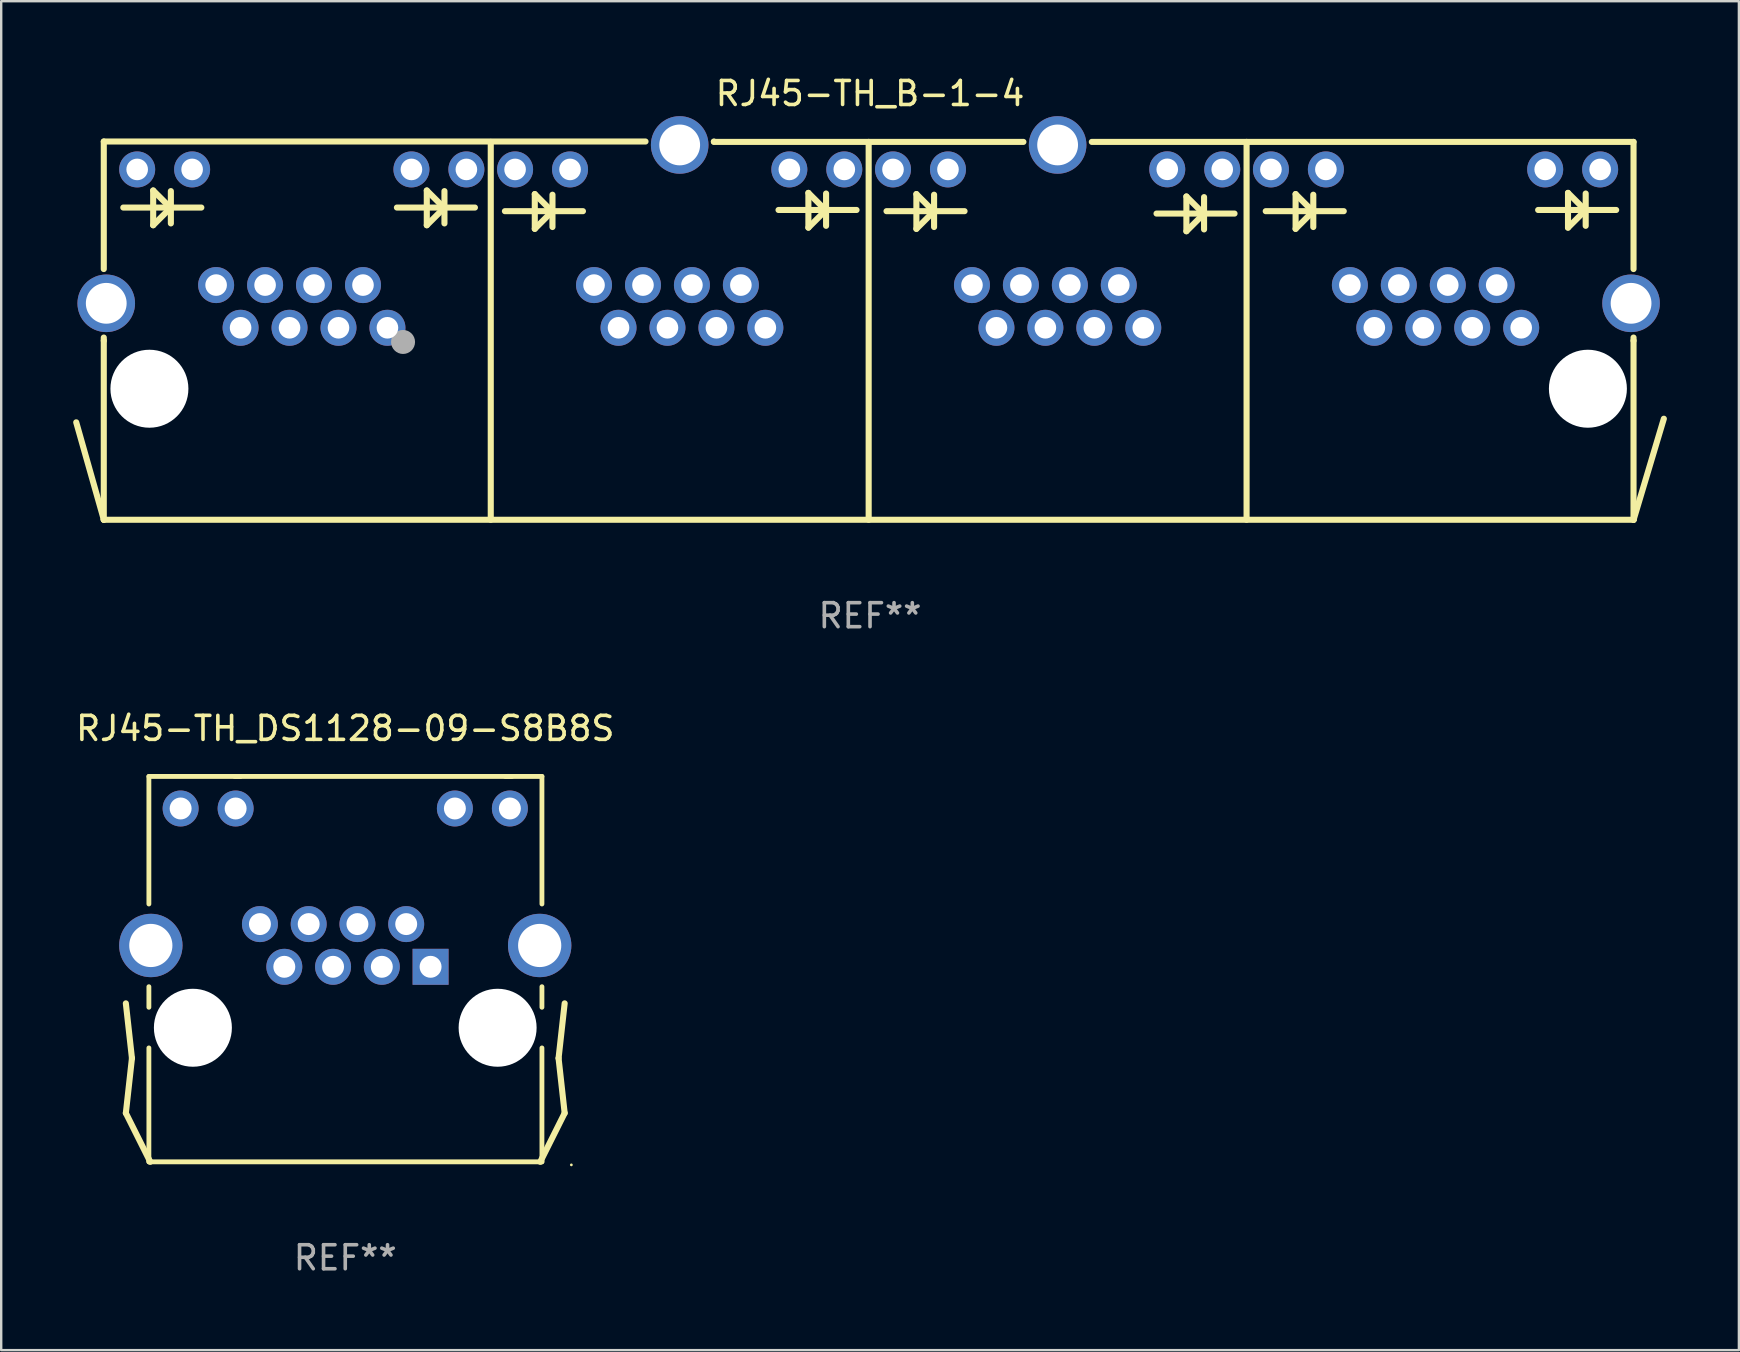
<source format=kicad_pcb>
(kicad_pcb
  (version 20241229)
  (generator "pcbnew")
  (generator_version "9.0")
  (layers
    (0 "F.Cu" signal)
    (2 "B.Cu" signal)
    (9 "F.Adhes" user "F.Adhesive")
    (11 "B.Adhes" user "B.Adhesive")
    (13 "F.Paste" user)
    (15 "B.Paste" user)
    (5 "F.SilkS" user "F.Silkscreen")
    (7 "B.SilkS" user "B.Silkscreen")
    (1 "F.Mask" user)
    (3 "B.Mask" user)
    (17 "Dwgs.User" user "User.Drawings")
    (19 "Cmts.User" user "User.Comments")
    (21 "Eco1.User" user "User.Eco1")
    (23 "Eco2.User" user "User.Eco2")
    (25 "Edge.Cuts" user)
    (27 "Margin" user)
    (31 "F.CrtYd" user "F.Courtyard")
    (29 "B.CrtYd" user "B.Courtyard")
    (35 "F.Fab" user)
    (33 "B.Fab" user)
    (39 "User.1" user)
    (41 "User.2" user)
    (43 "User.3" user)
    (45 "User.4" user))
  (footprint "RJ45-TH_B-1-4"
    (layer "F.Cu")
    (at 33.21 10.73)
    (property "Reference" "RJ45-TH_B-1-4" (at 0 -9.882 0) (layer "F.SilkS") (effects (font (size 1 1) (thickness 0.15))))
    (attr through_hole)
    (fp_line (start -31.935 -7.882) (end -9.357 -7.882) (stroke (width 0.254) (type solid)) (layer "F.SilkS"))
    (fp_line (start -31.935 -2.567) (end -31.935 -7.882) (stroke (width 0.254) (type solid)) (layer "F.SilkS"))
    (fp_line (start -31.935 0.418) (end -31.935 0.288) (stroke (width 0.254) (type solid)) (layer "F.SilkS"))
    (fp_line (start -31.935 7.871) (end -33.083 3.821) (stroke (width 0.254) (type solid)) (layer "F.SilkS"))
    (fp_line (start -31.935 7.882) (end -31.935 0.418) (stroke (width 0.254) (type solid)) (layer "F.SilkS"))
    (fp_line (start -31.935 7.882) (end -31.935 7.871) (stroke (width 0.254) (type solid)) (layer "F.SilkS"))
    (fp_line (start -31.121 -5.13) (end -27.869 -5.13) (stroke (width 0.254) (type solid)) (layer "F.SilkS"))
    (fp_line (start -29.876 -5.841) (end -29.876 -4.393) (stroke (width 0.254) (type solid)) (layer "F.SilkS"))
    (fp_line (start -29.876 -4.393) (end -29.19 -5.079) (stroke (width 0.254) (type solid)) (layer "F.SilkS"))
    (fp_line (start -29.19 -5.079) (end -29.165 -5.079) (stroke (width 0.254) (type solid)) (layer "F.SilkS"))
    (fp_line (start -29.165 -5.13) (end -29.876 -5.841) (stroke (width 0.254) (type solid)) (layer "F.SilkS"))
    (fp_line (start -29.139 -5.815) (end -29.139 -4.469) (stroke (width 0.254) (type solid)) (layer "F.SilkS"))
    (fp_line (start -19.718 -5.13) (end -16.467 -5.13) (stroke (width 0.254) (type solid)) (layer "F.SilkS"))
    (fp_line (start -18.473 -5.841) (end -18.473 -4.393) (stroke (width 0.254) (type solid)) (layer "F.SilkS"))
    (fp_line (start -18.473 -4.393) (end -17.787 -5.079) (stroke (width 0.254) (type solid)) (layer "F.SilkS"))
    (fp_line (start -17.787 -5.079) (end -17.762 -5.079) (stroke (width 0.254) (type solid)) (layer "F.SilkS"))
    (fp_line (start -17.762 -5.13) (end -18.473 -5.841) (stroke (width 0.254) (type solid)) (layer "F.SilkS"))
    (fp_line (start -17.737 -5.815) (end -17.737 -4.469) (stroke (width 0.254) (type solid)) (layer "F.SilkS"))
    (fp_line (start -15.807 -7.866) (end -15.807 7.882) (stroke (width 0.254) (type solid)) (layer "F.SilkS"))
    (fp_line (start -15.217 -4.979) (end -11.965 -4.979) (stroke (width 0.254) (type solid)) (layer "F.SilkS"))
    (fp_line (start -13.972 -5.691) (end -13.972 -4.243) (stroke (width 0.254) (type solid)) (layer "F.SilkS"))
    (fp_line (start -13.972 -4.243) (end -13.286 -4.929) (stroke (width 0.254) (type solid)) (layer "F.SilkS"))
    (fp_line (start -13.286 -4.929) (end -13.261 -4.929) (stroke (width 0.254) (type solid)) (layer "F.SilkS"))
    (fp_line (start -13.261 -4.979) (end -13.972 -5.691) (stroke (width 0.254) (type solid)) (layer "F.SilkS"))
    (fp_line (start -13.235 -5.665) (end -13.235 -4.319) (stroke (width 0.254) (type solid)) (layer "F.SilkS"))
    (fp_line (start -6.509 -7.882) (end -6.507 -7.882) (stroke (width 0.254) (type solid)) (layer "F.SilkS"))
    (fp_line (start -6.507 -7.866) (end 6.392 -7.866) (stroke (width 0.254) (type solid)) (layer "F.SilkS"))
    (fp_line (start -3.814 -5.029) (end -0.562 -5.029) (stroke (width 0.254) (type solid)) (layer "F.SilkS"))
    (fp_line (start -2.569 -5.741) (end -2.569 -4.293) (stroke (width 0.254) (type solid)) (layer "F.SilkS"))
    (fp_line (start -2.569 -4.293) (end -1.883 -4.979) (stroke (width 0.254) (type solid)) (layer "F.SilkS"))
    (fp_line (start -1.883 -4.979) (end -1.858 -4.979) (stroke (width 0.254) (type solid)) (layer "F.SilkS"))
    (fp_line (start -1.858 -5.029) (end -2.569 -5.741) (stroke (width 0.254) (type solid)) (layer "F.SilkS"))
    (fp_line (start -1.832 -5.715) (end -1.832 -4.369) (stroke (width 0.254) (type solid)) (layer "F.SilkS"))
    (fp_line (start -0.057 -7.866) (end -0.057 7.882) (stroke (width 0.254) (type solid)) (layer "F.SilkS"))
    (fp_line (start 0.687 -4.979) (end 3.939 -4.979) (stroke (width 0.254) (type solid)) (layer "F.SilkS"))
    (fp_line (start 1.932 -5.691) (end 1.932 -4.243) (stroke (width 0.254) (type solid)) (layer "F.SilkS"))
    (fp_line (start 1.932 -4.243) (end 2.618 -4.929) (stroke (width 0.254) (type solid)) (layer "F.SilkS"))
    (fp_line (start 2.618 -4.929) (end 2.643 -4.929) (stroke (width 0.254) (type solid)) (layer "F.SilkS"))
    (fp_line (start 2.643 -4.979) (end 1.932 -5.691) (stroke (width 0.254) (type solid)) (layer "F.SilkS"))
    (fp_line (start 2.669 -5.665) (end 2.669 -4.319) (stroke (width 0.254) (type solid)) (layer "F.SilkS"))
    (fp_line (start 9.243 -7.866) (end 31.82 -7.866) (stroke (width 0.254) (type solid)) (layer "F.SilkS"))
    (fp_line (start 11.94 -4.879) (end 15.191 -4.879) (stroke (width 0.254) (type solid)) (layer "F.SilkS"))
    (fp_line (start 13.185 -5.591) (end 13.185 -4.143) (stroke (width 0.254) (type solid)) (layer "F.SilkS"))
    (fp_line (start 13.185 -4.143) (end 13.871 -4.829) (stroke (width 0.254) (type solid)) (layer "F.SilkS"))
    (fp_line (start 13.871 -4.829) (end 13.896 -4.829) (stroke (width 0.254) (type solid)) (layer "F.SilkS"))
    (fp_line (start 13.896 -4.879) (end 13.185 -5.591) (stroke (width 0.254) (type solid)) (layer "F.SilkS"))
    (fp_line (start 13.921 -5.565) (end 13.921 -4.219) (stroke (width 0.254) (type solid)) (layer "F.SilkS"))
    (fp_line (start 15.693 -7.866) (end 15.693 7.882) (stroke (width 0.254) (type solid)) (layer "F.SilkS"))
    (fp_line (start 16.491 -4.979) (end 19.743 -4.979) (stroke (width 0.254) (type solid)) (layer "F.SilkS"))
    (fp_line (start 17.736 -5.691) (end 17.736 -4.243) (stroke (width 0.254) (type solid)) (layer "F.SilkS"))
    (fp_line (start 17.736 -4.243) (end 18.422 -4.929) (stroke (width 0.254) (type solid)) (layer "F.SilkS"))
    (fp_line (start 18.422 -4.929) (end 18.447 -4.929) (stroke (width 0.254) (type solid)) (layer "F.SilkS"))
    (fp_line (start 18.447 -4.979) (end 17.736 -5.691) (stroke (width 0.254) (type solid)) (layer "F.SilkS"))
    (fp_line (start 18.473 -5.665) (end 18.473 -4.319) (stroke (width 0.254) (type solid)) (layer "F.SilkS"))
    (fp_line (start 27.844 -5.029) (end 31.096 -5.029) (stroke (width 0.254) (type solid)) (layer "F.SilkS"))
    (fp_line (start 29.089 -5.741) (end 29.089 -4.293) (stroke (width 0.254) (type solid)) (layer "F.SilkS"))
    (fp_line (start 29.089 -4.293) (end 29.775 -4.979) (stroke (width 0.254) (type solid)) (layer "F.SilkS"))
    (fp_line (start 29.775 -4.979) (end 29.8 -4.979) (stroke (width 0.254) (type solid)) (layer "F.SilkS"))
    (fp_line (start 29.8 -5.029) (end 29.089 -5.741) (stroke (width 0.254) (type solid)) (layer "F.SilkS"))
    (fp_line (start 29.826 -5.715) (end 29.826 -4.369) (stroke (width 0.254) (type solid)) (layer "F.SilkS"))
    (fp_line (start 31.82 -7.866) (end 31.82 -2.567) (stroke (width 0.254) (type solid)) (layer "F.SilkS"))
    (fp_line (start 31.82 0.288) (end 31.82 0.418) (stroke (width 0.254) (type solid)) (layer "F.SilkS"))
    (fp_line (start 31.82 0.418) (end 31.82 7.882) (stroke (width 0.254) (type solid)) (layer "F.SilkS"))
    (fp_line (start 31.82 7.882) (end -31.935 7.882) (stroke (width 0.254) (type solid)) (layer "F.SilkS"))
    (fp_line (start 31.82 7.882) (end 31.823 7.882) (stroke (width 0.254) (type solid)) (layer "F.SilkS"))
    (fp_line (start 31.823 7.882) (end 33.083 3.671) (stroke (width 0.254) (type solid)) (layer "F.SilkS"))
    (fp_circle (center -31.933 7.881) (end -31.903 7.881) (stroke (width 0.06) (type solid)) (fill no) (layer "F.SilkS"))
    (fp_circle (center -19.462 0.472) (end -19.212 0.472) (stroke (width 0.5) (type solid)) (fill no) (layer "F.Fab"))
    (fp_text user "REF**" (at 0 11.882 0) (layer "F.Fab") (effects (font (size 1 1) (thickness 0.15))))
    (pad "" np_thru_hole circle (at -30.033 2.421) (size 3.25 3.25) (drill 3.25) (layers "*.Cu" "*.Mask"))
    (pad "" np_thru_hole circle (at 29.918 2.421) (size 3.25 3.25) (drill 3.25) (layers "*.Cu" "*.Mask"))
    (pad "0" thru_hole circle (at -31.832 -1.139) (size 2.4 2.4) (drill 1.7) (layers "*.Cu" "*.Mask"))
    (pad "0" thru_hole circle (at -7.933 -7.739) (size 2.4 2.4) (drill 1.7) (layers "*.Cu" "*.Mask"))
    (pad "0" thru_hole circle (at 7.818 -7.739) (size 2.4 2.4) (drill 1.7) (layers "*.Cu" "*.Mask"))
    (pad "0" thru_hole circle (at 31.717 -1.139) (size 2.4 2.4) (drill 1.7) (layers "*.Cu" "*.Mask"))
    (pad "1" thru_hole circle (at -20.113 -0.119) (size 1.5 1.5) (drill 0.9) (layers "*.Cu" "*.Mask"))
    (pad "2" thru_hole circle (at -21.132 -1.899) (size 1.5 1.5) (drill 0.9) (layers "*.Cu" "*.Mask"))
    (pad "3" thru_hole circle (at -22.153 -0.119) (size 1.5 1.5) (drill 0.9) (layers "*.Cu" "*.Mask"))
    (pad "3_8" thru_hole circle (at -11.503 -1.899) (size 1.5 1.5) (drill 0.9) (layers "*.Cu" "*.Mask"))
    (pad "4" thru_hole circle (at -23.173 -1.899) (size 1.5 1.5) (drill 0.9) (layers "*.Cu" "*.Mask"))
    (pad "5" thru_hole circle (at -24.193 -0.119) (size 1.5 1.5) (drill 0.9) (layers "*.Cu" "*.Mask"))
    (pad "6" thru_hole circle (at -25.212 -1.899) (size 1.5 1.5) (drill 0.9) (layers "*.Cu" "*.Mask"))
    (pad "7" thru_hole circle (at -26.233 -0.119) (size 1.5 1.5) (drill 0.9) (layers "*.Cu" "*.Mask"))
    (pad "8" thru_hole circle (at -27.253 -1.899) (size 1.5 1.5) (drill 0.9) (layers "*.Cu" "*.Mask"))
    (pad "9" thru_hole circle (at -16.823 -6.719) (size 1.5 1.5) (drill 0.9) (layers "*.Cu" "*.Mask"))
    (pad "10" thru_hole circle (at -19.113 -6.719) (size 1.5 1.5) (drill 0.9) (layers "*.Cu" "*.Mask"))
    (pad "11" thru_hole circle (at -28.253 -6.719) (size 1.5 1.5) (drill 0.9) (layers "*.Cu" "*.Mask"))
    (pad "12" thru_hole circle (at -30.543 -6.719) (size 1.5 1.5) (drill 0.9) (layers "*.Cu" "*.Mask"))
    (pad "13" thru_hole circle (at -4.363 -0.119) (size 1.5 1.5) (drill 0.9) (layers "*.Cu" "*.Mask"))
    (pad "14" thru_hole circle (at -5.383 -1.899) (size 1.5 1.5) (drill 0.9) (layers "*.Cu" "*.Mask"))
    (pad "15" thru_hole circle (at -6.402 -0.119) (size 1.5 1.5) (drill 0.9) (layers "*.Cu" "*.Mask"))
    (pad "16" thru_hole circle (at -7.423 -1.899) (size 1.5 1.5) (drill 0.9) (layers "*.Cu" "*.Mask"))
    (pad "17" thru_hole circle (at -8.443 -0.119) (size 1.5 1.5) (drill 0.9) (layers "*.Cu" "*.Mask"))
    (pad "18" thru_hole circle (at -9.463 -1.899) (size 1.5 1.5) (drill 0.9) (layers "*.Cu" "*.Mask"))
    (pad "19" thru_hole circle (at -10.482 -0.119) (size 1.5 1.5) (drill 0.9) (layers "*.Cu" "*.Mask"))
    (pad "21" thru_hole circle (at -1.073 -6.719) (size 1.5 1.5) (drill 0.9) (layers "*.Cu" "*.Mask"))
    (pad "22" thru_hole circle (at -3.363 -6.719) (size 1.5 1.5) (drill 0.9) (layers "*.Cu" "*.Mask"))
    (pad "23" thru_hole circle (at -12.503 -6.719) (size 1.5 1.5) (drill 0.9) (layers "*.Cu" "*.Mask"))
    (pad "24" thru_hole circle (at -14.793 -6.719) (size 1.5 1.5) (drill 0.9) (layers "*.Cu" "*.Mask"))
    (pad "25" thru_hole circle (at 11.387 -0.119) (size 1.5 1.5) (drill 0.9) (layers "*.Cu" "*.Mask"))
    (pad "26" thru_hole circle (at 10.367 -1.899) (size 1.5 1.5) (drill 0.9) (layers "*.Cu" "*.Mask"))
    (pad "27" thru_hole circle (at 9.348 -0.119) (size 1.5 1.5) (drill 0.9) (layers "*.Cu" "*.Mask"))
    (pad "28" thru_hole circle (at 8.328 -1.899) (size 1.5 1.5) (drill 0.9) (layers "*.Cu" "*.Mask"))
    (pad "29" thru_hole circle (at 7.307 -0.119) (size 1.5 1.5) (drill 0.9) (layers "*.Cu" "*.Mask"))
    (pad "30" thru_hole circle (at 6.287 -1.899) (size 1.5 1.5) (drill 0.9) (layers "*.Cu" "*.Mask"))
    (pad "31" thru_hole circle (at 5.268 -0.119) (size 1.5 1.5) (drill 0.9) (layers "*.Cu" "*.Mask"))
    (pad "32" thru_hole circle (at 4.248 -1.899) (size 1.5 1.5) (drill 0.9) (layers "*.Cu" "*.Mask"))
    (pad "33" thru_hole circle (at 14.678 -6.719) (size 1.5 1.5) (drill 0.9) (layers "*.Cu" "*.Mask"))
    (pad "34" thru_hole circle (at 12.387 -6.723) (size 1.5 1.5) (drill 0.9) (layers "*.Cu" "*.Mask"))
    (pad "35" thru_hole circle (at 3.248 -6.719) (size 1.5 1.5) (drill 0.9) (layers "*.Cu" "*.Mask"))
    (pad "36" thru_hole circle (at 0.957 -6.719) (size 1.5 1.5) (drill 0.9) (layers "*.Cu" "*.Mask"))
    (pad "37" thru_hole circle (at 27.138 -0.119) (size 1.5 1.5) (drill 0.9) (layers "*.Cu" "*.Mask"))
    (pad "38" thru_hole circle (at 26.117 -1.899) (size 1.5 1.5) (drill 0.9) (layers "*.Cu" "*.Mask"))
    (pad "39" thru_hole circle (at 25.097 -0.119) (size 1.5 1.5) (drill 0.9) (layers "*.Cu" "*.Mask"))
    (pad "40" thru_hole circle (at 24.078 -1.899) (size 1.5 1.5) (drill 0.9) (layers "*.Cu" "*.Mask"))
    (pad "41" thru_hole circle (at 23.058 -0.119) (size 1.5 1.5) (drill 0.9) (layers "*.Cu" "*.Mask"))
    (pad "42" thru_hole circle (at 22.037 -1.899) (size 1.5 1.5) (drill 0.9) (layers "*.Cu" "*.Mask"))
    (pad "43" thru_hole circle (at 21.017 -0.119) (size 1.5 1.5) (drill 0.9) (layers "*.Cu" "*.Mask"))
    (pad "44" thru_hole circle (at 19.998 -1.899) (size 1.5 1.5) (drill 0.9) (layers "*.Cu" "*.Mask"))
    (pad "45" thru_hole circle (at 30.428 -6.719) (size 1.5 1.5) (drill 0.9) (layers "*.Cu" "*.Mask"))
    (pad "46" thru_hole circle (at 28.138 -6.719) (size 1.5 1.5) (drill 0.9) (layers "*.Cu" "*.Mask"))
    (pad "47" thru_hole circle (at 18.998 -6.719) (size 1.5 1.5) (drill 0.9) (layers "*.Cu" "*.Mask"))
    (pad "48" thru_hole circle (at 16.708 -6.719) (size 1.5 1.5) (drill 0.9) (layers "*.Cu" "*.Mask")))
  (footprint "RJ45-TH_DS1128-09-S8B8S"
    (layer "F.Cu")
    (at 11.339 37.34)
    (property "Reference" "RJ45-TH_DS1128-09-S8B8S" (at 0 -10.031 0) (layer "F.SilkS") (effects (font (size 1 1) (thickness 0.15))))
    (attr through_hole)
    (fp_line (start -9.144 5.999) (end -8.89 3.713) (stroke (width 0.254) (type solid)) (layer "F.SilkS"))
    (fp_line (start -8.89 3.713) (end -9.144 1.427) (stroke (width 0.254) (type solid)) (layer "F.SilkS"))
    (fp_line (start -8.184 -8.031) (end -4.366 -8.031) (stroke (width 0.201) (type solid)) (layer "F.SilkS"))
    (fp_line (start -8.184 -2.715) (end -8.184 -8.031) (stroke (width 0.201) (type solid)) (layer "F.SilkS"))
    (fp_line (start -8.184 1.59) (end -8.184 0.732) (stroke (width 0.201) (type solid)) (layer "F.SilkS"))
    (fp_line (start -8.184 8.031) (end -8.184 3.284) (stroke (width 0.201) (type solid)) (layer "F.SilkS"))
    (fp_line (start -8.128 8.031) (end -9.144 5.999) (stroke (width 0.254) (type solid)) (layer "F.SilkS"))
    (fp_line (start 6.942 -8.031) (end -4.608 -8.031) (stroke (width 0.201) (type solid)) (layer "F.SilkS"))
    (fp_line (start 8.128 8.031) (end 9.144 5.999) (stroke (width 0.254) (type solid)) (layer "F.SilkS"))
    (fp_line (start 8.197 -8.031) (end 6.67 -8.031) (stroke (width 0.201) (type solid)) (layer "F.SilkS"))
    (fp_line (start 8.197 -2.715) (end 8.197 -8.031) (stroke (width 0.201) (type solid)) (layer "F.SilkS"))
    (fp_line (start 8.197 1.59) (end 8.197 0.732) (stroke (width 0.201) (type solid)) (layer "F.SilkS"))
    (fp_line (start 8.197 3.284) (end 8.197 8.031) (stroke (width 0.201) (type solid)) (layer "F.SilkS"))
    (fp_line (start 8.197 8.031) (end -8.184 8.031) (stroke (width 0.201) (type solid)) (layer "F.SilkS"))
    (fp_line (start 8.89 3.713) (end 9.144 1.427) (stroke (width 0.254) (type solid)) (layer "F.SilkS"))
    (fp_line (start 9.144 5.999) (end 8.89 3.713) (stroke (width 0.254) (type solid)) (layer "F.SilkS"))
    (fp_circle (center 9.423 8.158) (end 9.453 8.158) (stroke (width 0.06) (type solid)) (fill no) (layer "F.SilkS"))
    (fp_text user "REF**" (at 0 12.031 0) (layer "F.Fab") (effects (font (size 1 1) (thickness 0.15))))
    (pad "" np_thru_hole circle (at -6.35 2.443) (size 3.25 3.25) (drill 3.25) (layers "*.Cu" "*.Mask"))
    (pad "" np_thru_hole circle (at 6.35 2.443) (size 3.25 3.25) (drill 3.25) (layers "*.Cu" "*.Mask"))
    (pad "1" thru_hole rect (at 3.556 -0.097 180) (size 1.499 1.499) (drill 0.914) (layers "*.Cu" "*.Mask"))
    (pad "2" thru_hole circle (at 2.54 -1.877) (size 1.499 1.499) (drill 0.914) (layers "*.Cu" "*.Mask"))
    (pad "3" thru_hole circle (at 1.524 -0.097) (size 1.499 1.499) (drill 0.914) (layers "*.Cu" "*.Mask"))
    (pad "4" thru_hole circle (at 0.508 -1.877) (size 1.499 1.499) (drill 0.914) (layers "*.Cu" "*.Mask"))
    (pad "5" thru_hole circle (at -0.508 -0.097) (size 1.499 1.499) (drill 0.914) (layers "*.Cu" "*.Mask"))
    (pad "6" thru_hole circle (at -1.524 -1.877) (size 1.499 1.499) (drill 0.914) (layers "*.Cu" "*.Mask"))
    (pad "7" thru_hole circle (at -2.54 -0.097) (size 1.499 1.499) (drill 0.914) (layers "*.Cu" "*.Mask"))
    (pad "8" thru_hole circle (at -3.556 -1.877) (size 1.499 1.499) (drill 0.914) (layers "*.Cu" "*.Mask"))
    (pad "9" thru_hole circle (at 6.861 -6.695) (size 1.499 1.499) (drill 0.914) (layers "*.Cu" "*.Mask"))
    (pad "10" thru_hole circle (at 4.569 -6.695) (size 1.499 1.499) (drill 0.914) (layers "*.Cu" "*.Mask"))
    (pad "11" thru_hole circle (at -4.569 -6.695) (size 1.499 1.499) (drill 0.914) (layers "*.Cu" "*.Mask"))
    (pad "12" thru_hole circle (at -6.861 -6.695) (size 1.499 1.499) (drill 0.914) (layers "*.Cu" "*.Mask"))
    (pad "13" thru_hole circle (at -8.103 -0.986) (size 2.642 2.642) (drill 1.8) (layers "*.Cu" "*.Mask"))
    (pad "14" thru_hole circle (at 8.103 -0.986) (size 2.642 2.642) (drill 1.8) (layers "*.Cu" "*.Mask")))
  (gr_rect
    (start -3 -3)
    (end 69.421 53.22)
    (stroke (width 0.1) (type default))
    (fill no)
    (layer "Edge.Cuts")))
</source>
